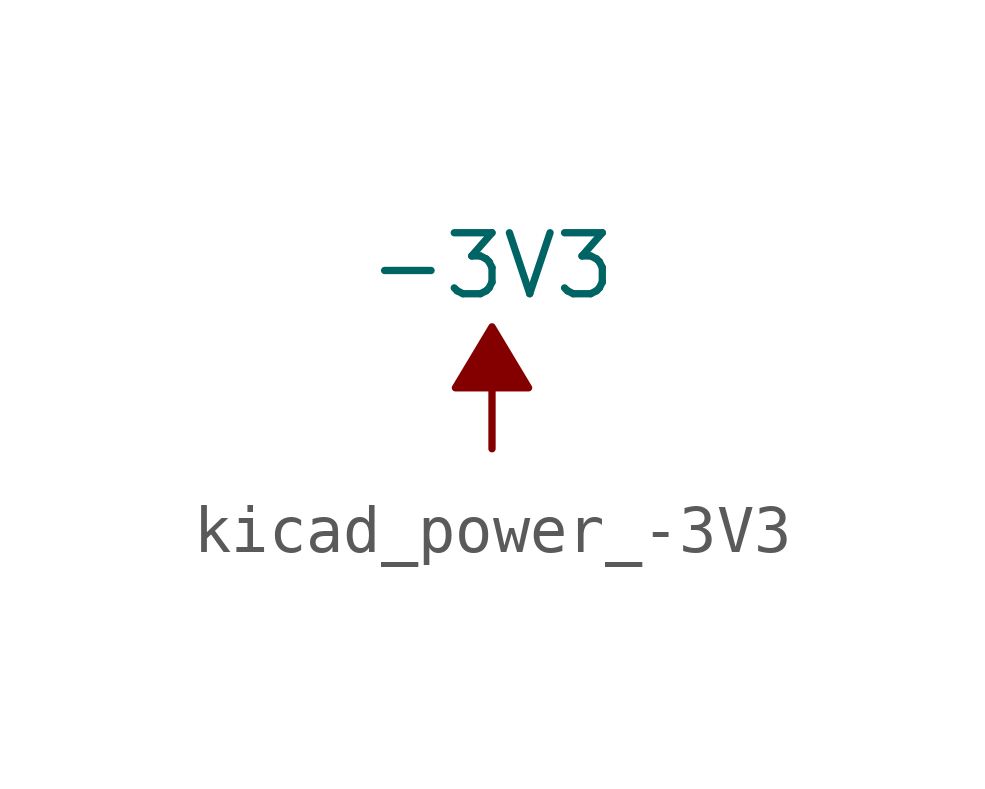
<source format=kicad_sym>
(kicad_symbol_lib
  (version 20220914)
  (generator kicad_symbol_editor)
  (symbol "kicad_power_-3V3"
    (power)
    (pin_names
      (offset 0))
    (property "Reference" "#PWR"
      (at 0 2.54 0)
      (effects (font (size 1.27 1.27)) hide))
    (property "Value" "-3V3"
      (at 0 3.81 0)
      (effects (font (size 1.27 1.27))))
    (symbol "kicad_power_-3V3_0_0"
      (pin power_in line (at 0 0 90) (length 0) hide (name "-3V3" (effects (font (size 1.27 1.27)))) (number "1" (effects (font (size 1.27 1.27))))))
    (symbol "kicad_power_-3V3_0_1"
      (polyline (pts (xy 0 0) (xy 0 1.27) (xy 0.762 1.27) (xy 0 2.54) (xy -0.762 1.27) (xy 0 1.27)) (stroke (width 0) (type default)) (fill (type outline))))))
</source>
